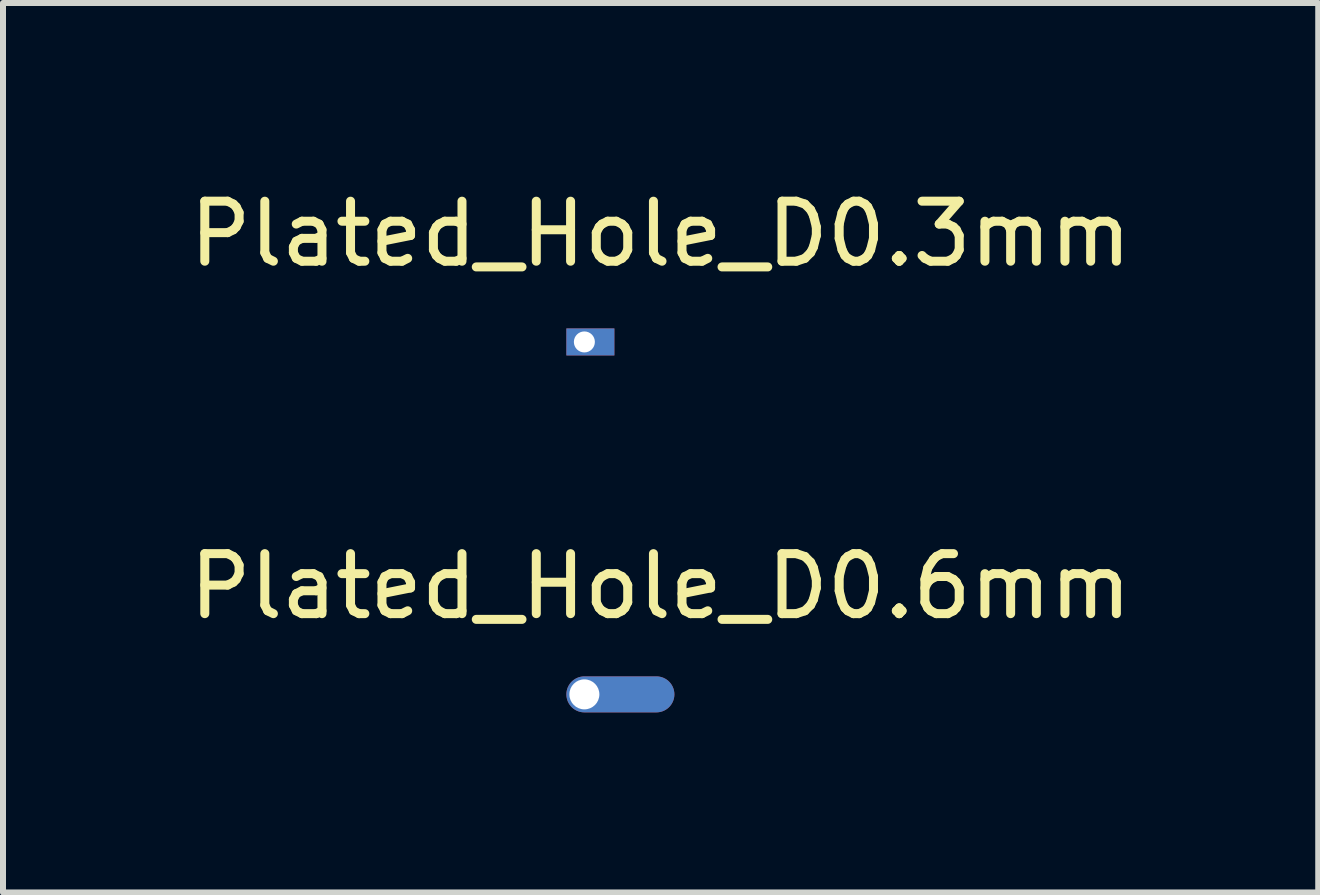
<source format=kicad_pcb>
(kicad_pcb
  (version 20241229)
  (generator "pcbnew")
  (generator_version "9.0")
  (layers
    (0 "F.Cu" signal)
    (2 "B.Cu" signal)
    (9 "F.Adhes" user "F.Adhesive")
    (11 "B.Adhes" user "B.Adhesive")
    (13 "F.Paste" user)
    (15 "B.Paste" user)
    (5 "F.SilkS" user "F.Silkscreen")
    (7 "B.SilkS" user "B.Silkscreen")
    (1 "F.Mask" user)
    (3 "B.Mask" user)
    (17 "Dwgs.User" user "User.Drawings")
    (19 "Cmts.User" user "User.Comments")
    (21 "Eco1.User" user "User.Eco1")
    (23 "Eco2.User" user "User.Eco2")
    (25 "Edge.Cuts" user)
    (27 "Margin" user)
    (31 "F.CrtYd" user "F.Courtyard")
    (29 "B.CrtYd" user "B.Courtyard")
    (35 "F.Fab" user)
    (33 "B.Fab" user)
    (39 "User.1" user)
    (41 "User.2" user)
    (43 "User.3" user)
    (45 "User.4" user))
  (footprint "Plated_Hole_D0.3mm"
    (layer "F.Cu")
    (at 7.958 0.348)
    (property "Reference" "Plated_Hole_D0.3mm" (at 0 0.5 0) (layer "F.SilkS") (effects (font (size 1 1) (thickness 0.15))))
    (attr through_hole)
    (pad "1" thru_hole rect (at -1.27 2.3) (size 0.8 0.45) (drill 0.35 (offset 0.1 0)) (layers "*.Cu" "*.Mask")))
  (footprint "Plated_Hole_D0.6mm"
    (layer "F.Cu")
    (at 7.958 6.221)
    (property "Reference" "Plated_Hole_D0.6mm" (at 0 0.5 0) (layer "F.SilkS") (effects (font (size 1 1) (thickness 0.15))))
    (attr through_hole)
    (pad "1" thru_hole oval (at -1.27 2.3) (size 1.8 0.6) (drill 0.5 (offset 0.6 0)) (layers "*.Cu" "*.Mask")))
  (gr_rect
    (start -3 -3)
    (end 18.917 11.822)
    (stroke (width 0.1) (type default))
    (fill no)
    (layer "Edge.Cuts")))
</source>
